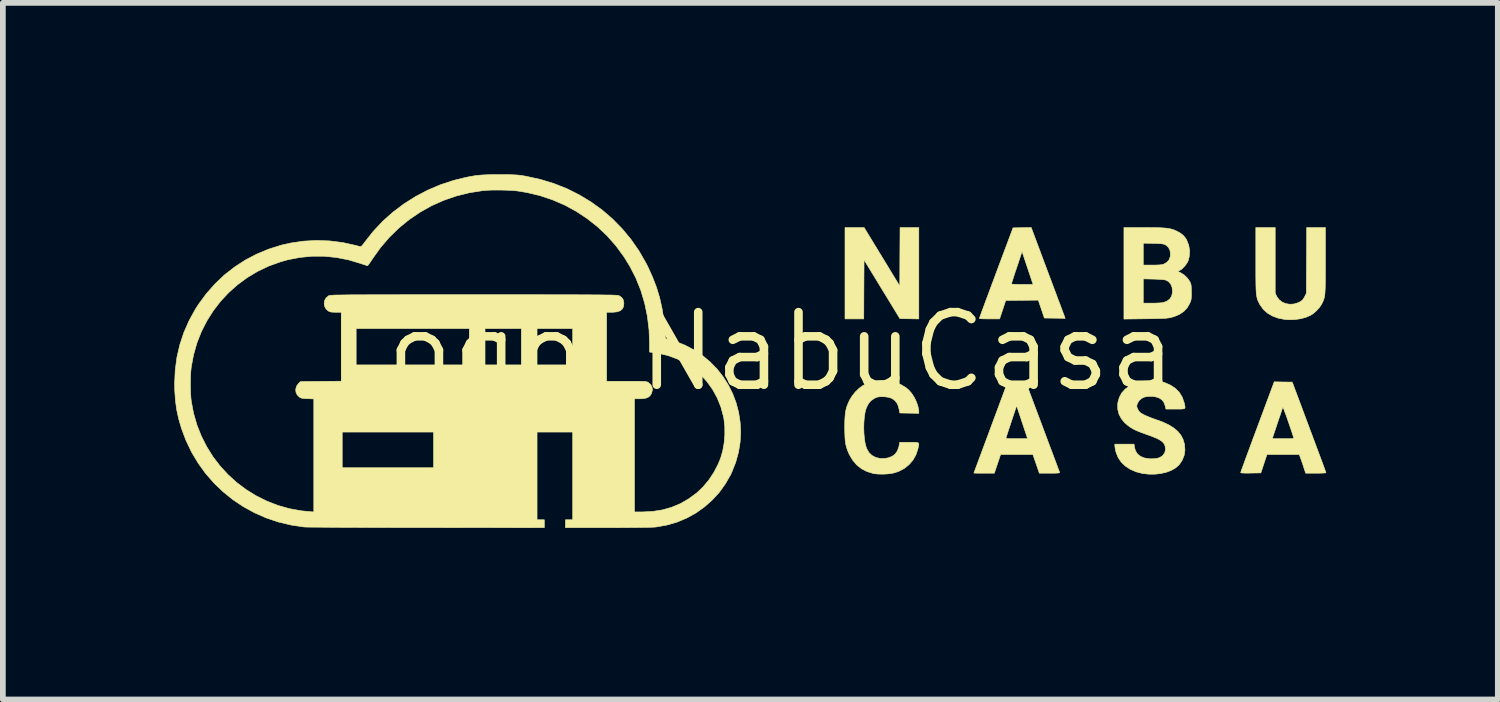
<source format=kicad_pcb>
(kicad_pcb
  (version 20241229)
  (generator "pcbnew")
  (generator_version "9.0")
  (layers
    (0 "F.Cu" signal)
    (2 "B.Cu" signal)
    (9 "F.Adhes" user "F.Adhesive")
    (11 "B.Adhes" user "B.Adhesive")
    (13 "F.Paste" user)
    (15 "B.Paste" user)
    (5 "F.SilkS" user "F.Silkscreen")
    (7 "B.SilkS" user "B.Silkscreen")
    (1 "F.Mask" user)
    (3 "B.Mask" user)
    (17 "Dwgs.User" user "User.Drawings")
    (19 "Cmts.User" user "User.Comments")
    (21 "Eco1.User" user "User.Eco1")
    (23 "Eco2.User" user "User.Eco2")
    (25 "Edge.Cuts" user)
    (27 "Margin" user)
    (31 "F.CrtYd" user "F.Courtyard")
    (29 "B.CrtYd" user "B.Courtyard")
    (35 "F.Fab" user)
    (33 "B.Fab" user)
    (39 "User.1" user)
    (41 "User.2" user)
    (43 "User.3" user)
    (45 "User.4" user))
  (footprint "Logo_NabuCasa"
    (layer "F.Cu")
    (at 10.101 3.1)
    (property "Reference" "Logo_NabuCasa" (at 0 0 0) (layer "F.SilkS") (effects (font (size 1.27 1.27) (thickness 0.15))))
    (attr board_only exclude_from_pos_files exclude_from_bom)
    (fp_poly (pts (xy 2.276 -1.658) (xy 2.588 -1.146) (xy 2.59 -1.658) (xy 2.593 -2.17) (xy 2.921 -2.17) (xy 2.921 -0.571) (xy 2.755 -0.574) (xy 2.59 -0.577) (xy 1.963 -1.605) (xy 1.96 -1.088) (xy 1.958 -0.572) (xy 1.63 -0.572) (xy 1.63 -2.17) (xy 1.964 -2.17) (xy 2.276 -1.658)) (stroke (width 0.01) (type solid)) (fill yes) (layer "F.SilkS"))
    (fp_poly (pts (xy 5.159 -1.442) (xy 5.204 -1.322) (xy 5.248 -1.206) (xy 5.289 -1.096) (xy 5.327 -0.995) (xy 5.361 -0.902) (xy 5.392 -0.822) (xy 5.417 -0.754) (xy 5.437 -0.701) (xy 5.45 -0.665) (xy 5.457 -0.648) (xy 5.481 -0.582) (xy 5.117 -0.587) (xy 5.064 -0.744) (xy 5.011 -0.9) (xy 4.726 -0.897) (xy 4.441 -0.894) (xy 4.388 -0.733) (xy 4.334 -0.572) (xy 4.157 -0.572) (xy 4.098 -0.572) (xy 4.048 -0.573) (xy 4.009 -0.575) (xy 3.985 -0.577) (xy 3.98 -0.579) (xy 3.983 -0.59) (xy 3.994 -0.62) (xy 4.011 -0.666) (xy 4.033 -0.727) (xy 4.061 -0.802) (xy 4.093 -0.89) (xy 4.13 -0.988) (xy 4.17 -1.095) (xy 4.202 -1.183) (xy 4.54 -1.183) (xy 4.55 -1.18) (xy 4.578 -1.178) (xy 4.62 -1.176) (xy 4.674 -1.175) (xy 4.73 -1.175) (xy 4.92 -1.175) (xy 4.823 -1.463) (xy 4.727 -1.751) (xy 4.634 -1.471) (xy 4.609 -1.398) (xy 4.587 -1.331) (xy 4.569 -1.274) (xy 4.554 -1.228) (xy 4.544 -1.197) (xy 4.54 -1.183) (xy 4.54 -1.183) (xy 4.202 -1.183) (xy 4.213 -1.21) (xy 4.258 -1.332) (xy 4.274 -1.376) (xy 4.569 -2.164) (xy 4.728 -2.167) (xy 4.887 -2.17) (xy 5.159 -1.442)) (stroke (width 0.01) (type solid)) (fill yes) (layer "F.SilkS"))
    (fp_poly (pts (xy 5.085 1.315) (xy 5.131 1.438) (xy 5.175 1.556) (xy 5.216 1.666) (xy 5.255 1.768) (xy 5.289 1.86) (xy 5.319 1.94) (xy 5.344 2.007) (xy 5.363 2.059) (xy 5.377 2.094) (xy 5.384 2.112) (xy 5.384 2.114) (xy 5.381 2.119) (xy 5.367 2.123) (xy 5.34 2.125) (xy 5.296 2.127) (xy 5.234 2.127) (xy 5.209 2.127) (xy 5.029 2.127) (xy 4.973 1.963) (xy 4.916 1.799) (xy 4.352 1.799) (xy 4.297 1.963) (xy 4.242 2.127) (xy 4.063 2.127) (xy 4.004 2.127) (xy 3.954 2.127) (xy 3.914 2.126) (xy 3.89 2.125) (xy 3.884 2.125) (xy 3.888 2.115) (xy 3.898 2.086) (xy 3.915 2.041) (xy 3.938 1.98) (xy 3.965 1.906) (xy 3.998 1.819) (xy 4.034 1.721) (xy 4.074 1.614) (xy 4.11 1.516) (xy 4.445 1.516) (xy 4.455 1.519) (xy 4.483 1.521) (xy 4.525 1.523) (xy 4.579 1.524) (xy 4.635 1.524) (xy 4.824 1.524) (xy 4.728 1.236) (xy 4.632 0.947) (xy 4.538 1.228) (xy 4.514 1.301) (xy 4.492 1.367) (xy 4.473 1.425) (xy 4.459 1.47) (xy 4.449 1.501) (xy 4.445 1.516) (xy 4.445 1.516) (xy 4.11 1.516) (xy 4.117 1.499) (xy 4.162 1.377) (xy 4.18 1.328) (xy 4.475 0.534) (xy 4.79 0.529) (xy 5.085 1.315)) (stroke (width 0.01) (type solid)) (fill yes) (layer "F.SilkS"))
    (fp_poly (pts (xy 9.155 -1.02) (xy 9.184 -0.962) (xy 9.223 -0.908) (xy 9.275 -0.867) (xy 9.338 -0.84) (xy 9.407 -0.828) (xy 9.48 -0.832) (xy 9.553 -0.854) (xy 9.577 -0.865) (xy 9.612 -0.885) (xy 9.637 -0.907) (xy 9.657 -0.938) (xy 9.668 -0.957) (xy 9.7 -1.02) (xy 9.706 -2.17) (xy 10.033 -2.17) (xy 10.033 -1.595) (xy 10.033 -1.463) (xy 10.033 -1.351) (xy 10.032 -1.256) (xy 10.031 -1.177) (xy 10.03 -1.111) (xy 10.027 -1.057) (xy 10.024 -1.012) (xy 10.019 -0.976) (xy 10.014 -0.945) (xy 10.006 -0.919) (xy 9.998 -0.895) (xy 9.987 -0.871) (xy 9.975 -0.845) (xy 9.973 -0.84) (xy 9.934 -0.778) (xy 9.881 -0.718) (xy 9.82 -0.665) (xy 9.777 -0.637) (xy 9.699 -0.602) (xy 9.607 -0.576) (xy 9.506 -0.561) (xy 9.402 -0.557) (xy 9.326 -0.562) (xy 9.211 -0.584) (xy 9.109 -0.621) (xy 9.021 -0.672) (xy 8.948 -0.738) (xy 8.89 -0.818) (xy 8.883 -0.831) (xy 8.869 -0.858) (xy 8.857 -0.882) (xy 8.847 -0.907) (xy 8.839 -0.933) (xy 8.833 -0.962) (xy 8.827 -0.998) (xy 8.823 -1.04) (xy 8.82 -1.092) (xy 8.818 -1.155) (xy 8.817 -1.231) (xy 8.816 -1.322) (xy 8.816 -1.43) (xy 8.816 -1.557) (xy 8.816 -1.597) (xy 8.816 -2.17) (xy 9.155 -2.17) (xy 9.155 -1.02)) (stroke (width 0.01) (type solid)) (fill yes) (layer "F.SilkS"))
    (fp_poly (pts (xy 9.296 0.532) (xy 9.453 0.534) (xy 9.748 1.323) (xy 9.794 1.446) (xy 9.838 1.564) (xy 9.879 1.674) (xy 9.917 1.776) (xy 9.951 1.867) (xy 9.981 1.947) (xy 10.005 2.013) (xy 10.024 2.065) (xy 10.037 2.1) (xy 10.043 2.118) (xy 10.043 2.119) (xy 10.034 2.122) (xy 10.006 2.124) (xy 9.964 2.126) (xy 9.911 2.127) (xy 9.866 2.127) (xy 9.688 2.127) (xy 9.663 2.051) (xy 9.647 2.002) (xy 9.628 1.944) (xy 9.609 1.891) (xy 9.607 1.886) (xy 9.576 1.799) (xy 9.011 1.799) (xy 8.904 2.122) (xy 8.728 2.125) (xy 8.656 2.126) (xy 8.605 2.125) (xy 8.571 2.123) (xy 8.554 2.119) (xy 8.551 2.116) (xy 8.555 2.104) (xy 8.565 2.074) (xy 8.582 2.028) (xy 8.605 1.966) (xy 8.632 1.89) (xy 8.665 1.802) (xy 8.701 1.704) (xy 8.741 1.596) (xy 8.767 1.524) (xy 9.103 1.524) (xy 9.294 1.524) (xy 9.361 1.524) (xy 9.411 1.523) (xy 9.444 1.522) (xy 9.465 1.52) (xy 9.476 1.516) (xy 9.479 1.511) (xy 9.478 1.505) (xy 9.453 1.428) (xy 9.427 1.35) (xy 9.401 1.273) (xy 9.375 1.199) (xy 9.352 1.132) (xy 9.33 1.074) (xy 9.313 1.026) (xy 9.299 0.993) (xy 9.29 0.975) (xy 9.288 0.974) (xy 9.283 0.988) (xy 9.272 1.019) (xy 9.257 1.065) (xy 9.238 1.122) (xy 9.215 1.188) (xy 9.192 1.257) (xy 9.103 1.524) (xy 8.767 1.524) (xy 8.784 1.48) (xy 8.829 1.359) (xy 8.845 1.316) (xy 9.138 0.529) (xy 9.296 0.532)) (stroke (width 0.01) (type solid)) (fill yes) (layer "F.SilkS"))
    (fp_poly (pts (xy 2.409 0.517) (xy 2.514 0.541) (xy 2.612 0.58) (xy 2.698 0.632) (xy 2.749 0.676) (xy 2.797 0.732) (xy 2.841 0.8) (xy 2.877 0.874) (xy 2.904 0.949) (xy 2.919 1.018) (xy 2.921 1.05) (xy 2.921 1.08) (xy 2.755 1.077) (xy 2.589 1.074) (xy 2.576 1.009) (xy 2.561 0.95) (xy 2.541 0.905) (xy 2.513 0.868) (xy 2.493 0.849) (xy 2.45 0.819) (xy 2.399 0.801) (xy 2.335 0.791) (xy 2.281 0.789) (xy 2.234 0.79) (xy 2.201 0.795) (xy 2.172 0.804) (xy 2.139 0.821) (xy 2.082 0.861) (xy 2.037 0.916) (xy 2.002 0.987) (xy 2.001 0.99) (xy 1.982 1.057) (xy 1.969 1.139) (xy 1.961 1.231) (xy 1.958 1.328) (xy 1.961 1.426) (xy 1.969 1.519) (xy 1.982 1.604) (xy 2.001 1.675) (xy 2.011 1.701) (xy 2.049 1.767) (xy 2.102 1.817) (xy 2.166 1.851) (xy 2.241 1.869) (xy 2.324 1.869) (xy 2.384 1.859) (xy 2.453 1.833) (xy 2.507 1.793) (xy 2.546 1.738) (xy 2.572 1.667) (xy 2.575 1.651) (xy 2.587 1.587) (xy 2.754 1.587) (xy 2.82 1.587) (xy 2.867 1.588) (xy 2.898 1.592) (xy 2.915 1.601) (xy 2.921 1.616) (xy 2.919 1.64) (xy 2.911 1.675) (xy 2.905 1.703) (xy 2.87 1.807) (xy 2.818 1.899) (xy 2.749 1.978) (xy 2.667 2.044) (xy 2.57 2.095) (xy 2.492 2.121) (xy 2.432 2.133) (xy 2.359 2.141) (xy 2.282 2.144) (xy 2.207 2.142) (xy 2.143 2.136) (xy 2.124 2.132) (xy 2.013 2.098) (xy 1.917 2.048) (xy 1.834 1.982) (xy 1.764 1.899) (xy 1.705 1.799) (xy 1.699 1.785) (xy 1.675 1.73) (xy 1.657 1.677) (xy 1.643 1.622) (xy 1.634 1.563) (xy 1.629 1.493) (xy 1.626 1.41) (xy 1.625 1.318) (xy 1.626 1.222) (xy 1.63 1.144) (xy 1.636 1.078) (xy 1.646 1.021) (xy 1.66 0.968) (xy 1.68 0.916) (xy 1.706 0.859) (xy 1.711 0.847) (xy 1.755 0.776) (xy 1.811 0.706) (xy 1.876 0.643) (xy 1.944 0.593) (xy 1.982 0.573) (xy 2.083 0.535) (xy 2.19 0.513) (xy 2.3 0.507) (xy 2.409 0.517)) (stroke (width 0.01) (type solid)) (fill yes) (layer "F.SilkS"))
    (fp_poly (pts (xy 6.972 -2.169) (xy 7.066 -2.168) (xy 7.145 -2.166) (xy 7.21 -2.162) (xy 7.264 -2.157) (xy 7.309 -2.15) (xy 7.349 -2.14) (xy 7.385 -2.128) (xy 7.42 -2.113) (xy 7.435 -2.106) (xy 7.501 -2.069) (xy 7.55 -2.029) (xy 7.589 -1.981) (xy 7.607 -1.951) (xy 7.642 -1.862) (xy 7.658 -1.768) (xy 7.653 -1.671) (xy 7.635 -1.595) (xy 7.616 -1.556) (xy 7.586 -1.512) (xy 7.55 -1.471) (xy 7.513 -1.437) (xy 7.482 -1.418) (xy 7.449 -1.404) (xy 7.501 -1.379) (xy 7.561 -1.341) (xy 7.616 -1.289) (xy 7.658 -1.23) (xy 7.665 -1.218) (xy 7.675 -1.195) (xy 7.682 -1.171) (xy 7.686 -1.143) (xy 7.688 -1.104) (xy 7.689 -1.05) (xy 7.689 -1.037) (xy 7.689 -0.981) (xy 7.687 -0.941) (xy 7.684 -0.911) (xy 7.677 -0.885) (xy 7.667 -0.859) (xy 7.655 -0.834) (xy 7.612 -0.761) (xy 7.555 -0.702) (xy 7.485 -0.654) (xy 7.397 -0.616) (xy 7.348 -0.601) (xy 7.325 -0.595) (xy 7.301 -0.59) (xy 7.274 -0.587) (xy 7.242 -0.583) (xy 7.202 -0.581) (xy 7.152 -0.579) (xy 7.089 -0.577) (xy 7.011 -0.576) (xy 6.914 -0.574) (xy 6.887 -0.574) (xy 6.509 -0.569) (xy 6.509 -0.847) (xy 6.847 -0.847) (xy 6.998 -0.847) (xy 7.057 -0.848) (xy 7.113 -0.85) (xy 7.16 -0.853) (xy 7.192 -0.857) (xy 7.197 -0.858) (xy 7.261 -0.882) (xy 7.31 -0.919) (xy 7.343 -0.968) (xy 7.357 -1.03) (xy 7.358 -1.053) (xy 7.351 -1.124) (xy 7.327 -1.182) (xy 7.288 -1.225) (xy 7.244 -1.25) (xy 7.221 -1.255) (xy 7.181 -1.26) (xy 7.126 -1.264) (xy 7.059 -1.267) (xy 7.03 -1.268) (xy 6.847 -1.272) (xy 6.847 -0.847) (xy 6.509 -0.847) (xy 6.509 -1.513) (xy 6.847 -1.513) (xy 7.007 -1.513) (xy 7.077 -1.514) (xy 7.129 -1.516) (xy 7.167 -1.52) (xy 7.195 -1.526) (xy 7.205 -1.53) (xy 7.261 -1.562) (xy 7.299 -1.606) (xy 7.319 -1.661) (xy 7.323 -1.706) (xy 7.315 -1.768) (xy 7.29 -1.82) (xy 7.25 -1.859) (xy 7.234 -1.868) (xy 7.214 -1.876) (xy 7.192 -1.882) (xy 7.163 -1.887) (xy 7.123 -1.889) (xy 7.068 -1.892) (xy 7.019 -1.893) (xy 6.847 -1.896) (xy 6.847 -1.513) (xy 6.509 -1.513) (xy 6.509 -2.17) (xy 6.858 -2.17) (xy 6.972 -2.169)) (stroke (width 0.01) (type solid)) (fill yes) (layer "F.SilkS"))
    (fp_poly (pts (xy 7.043 0.514) (xy 7.09 0.516) (xy 7.127 0.518) (xy 7.157 0.523) (xy 7.187 0.531) (xy 7.222 0.543) (xy 7.223 0.543) (xy 7.325 0.588) (xy 7.41 0.645) (xy 7.478 0.714) (xy 7.528 0.796) (xy 7.561 0.89) (xy 7.566 0.908) (xy 7.574 0.944) (xy 7.578 0.97) (xy 7.576 0.987) (xy 7.565 0.998) (xy 7.542 1.003) (xy 7.505 1.005) (xy 7.45 1.005) (xy 7.411 1.005) (xy 7.244 1.005) (xy 7.231 0.952) (xy 7.21 0.892) (xy 7.177 0.847) (xy 7.129 0.814) (xy 7.118 0.809) (xy 7.065 0.792) (xy 7.001 0.783) (xy 6.934 0.784) (xy 6.873 0.794) (xy 6.866 0.796) (xy 6.815 0.821) (xy 6.772 0.86) (xy 6.744 0.909) (xy 6.741 0.918) (xy 6.734 0.946) (xy 6.735 0.968) (xy 6.745 0.994) (xy 6.753 1.012) (xy 6.77 1.041) (xy 6.79 1.063) (xy 6.818 1.083) (xy 6.853 1.103) (xy 6.893 1.122) (xy 6.946 1.144) (xy 7.005 1.167) (xy 7.059 1.186) (xy 7.186 1.232) (xy 7.293 1.282) (xy 7.381 1.337) (xy 7.451 1.396) (xy 7.505 1.462) (xy 7.543 1.535) (xy 7.567 1.616) (xy 7.569 1.628) (xy 7.576 1.724) (xy 7.562 1.816) (xy 7.528 1.901) (xy 7.475 1.979) (xy 7.471 1.983) (xy 7.412 2.035) (xy 7.337 2.078) (xy 7.25 2.111) (xy 7.152 2.133) (xy 7.048 2.145) (xy 6.94 2.144) (xy 6.834 2.132) (xy 6.721 2.103) (xy 6.62 2.059) (xy 6.534 2.003) (xy 6.462 1.934) (xy 6.408 1.854) (xy 6.371 1.763) (xy 6.362 1.727) (xy 6.355 1.69) (xy 6.351 1.658) (xy 6.35 1.645) (xy 6.35 1.619) (xy 6.686 1.619) (xy 6.692 1.668) (xy 6.711 1.736) (xy 6.746 1.791) (xy 6.797 1.832) (xy 6.864 1.86) (xy 6.947 1.874) (xy 6.99 1.876) (xy 7.065 1.872) (xy 7.124 1.858) (xy 7.17 1.833) (xy 7.19 1.815) (xy 7.223 1.769) (xy 7.236 1.715) (xy 7.229 1.654) (xy 7.229 1.654) (xy 7.217 1.621) (xy 7.196 1.592) (xy 7.166 1.565) (xy 7.124 1.538) (xy 7.067 1.511) (xy 6.994 1.481) (xy 6.904 1.449) (xy 6.823 1.42) (xy 6.757 1.394) (xy 6.703 1.37) (xy 6.657 1.346) (xy 6.614 1.319) (xy 6.606 1.314) (xy 6.526 1.249) (xy 6.465 1.176) (xy 6.423 1.097) (xy 6.401 1.011) (xy 6.4 0.92) (xy 6.403 0.891) (xy 6.428 0.802) (xy 6.47 0.724) (xy 6.531 0.656) (xy 6.609 0.599) (xy 6.706 0.554) (xy 6.736 0.543) (xy 6.772 0.531) (xy 6.803 0.524) (xy 6.836 0.519) (xy 6.874 0.516) (xy 6.925 0.514) (xy 6.98 0.514) (xy 7.043 0.514)) (stroke (width 0.01) (type solid)) (fill yes) (layer "F.SilkS"))
    (fp_poly (pts (xy -4.323 -3.095) (xy -4.25 -3.095) (xy -4.191 -3.093) (xy -4.142 -3.091) (xy -4.098 -3.088) (xy -4.058 -3.084) (xy -4.016 -3.078) (xy -3.968 -3.07) (xy -3.946 -3.066) (xy -3.7 -3.012) (xy -3.463 -2.94) (xy -3.235 -2.85) (xy -3.018 -2.741) (xy -2.811 -2.616) (xy -2.616 -2.475) (xy -2.434 -2.318) (xy -2.266 -2.146) (xy -2.112 -1.96) (xy -1.973 -1.76) (xy -1.851 -1.547) (xy -1.82 -1.487) (xy -1.737 -1.304) (xy -1.668 -1.125) (xy -1.613 -0.944) (xy -1.571 -0.757) (xy -1.54 -0.561) (xy -1.52 -0.35) (xy -1.518 -0.325) (xy -1.515 -0.278) (xy -1.511 -0.247) (xy -1.506 -0.23) (xy -1.499 -0.223) (xy -1.492 -0.222) (xy -1.474 -0.219) (xy -1.442 -0.21) (xy -1.398 -0.197) (xy -1.348 -0.182) (xy -1.344 -0.18) (xy -1.171 -0.113) (xy -1.011 -0.029) (xy -0.863 0.069) (xy -0.728 0.182) (xy -0.607 0.306) (xy -0.501 0.442) (xy -0.409 0.588) (xy -0.333 0.741) (xy -0.273 0.902) (xy -0.23 1.068) (xy -0.204 1.239) (xy -0.195 1.412) (xy -0.205 1.587) (xy -0.234 1.763) (xy -0.282 1.937) (xy -0.35 2.108) (xy -0.371 2.154) (xy -0.463 2.314) (xy -0.57 2.463) (xy -0.693 2.597) (xy -0.829 2.717) (xy -0.976 2.822) (xy -1.135 2.91) (xy -1.303 2.981) (xy -1.479 3.033) (xy -1.661 3.066) (xy -1.685 3.069) (xy -1.716 3.071) (xy -1.767 3.073) (xy -1.836 3.075) (xy -1.922 3.076) (xy -2.023 3.077) (xy -2.137 3.078) (xy -2.264 3.079) (xy -2.402 3.08) (xy -2.524 3.08) (xy -3.26 3.08) (xy -3.26 2.942) (xy -3.133 2.942) (xy -3.133 1.408) (xy -3.757 1.408) (xy -3.757 2.942) (xy -3.63 2.942) (xy -3.63 3.08) (xy -5.686 3.078) (xy -5.894 3.078) (xy -6.098 3.078) (xy -6.295 3.078) (xy -6.486 3.077) (xy -6.668 3.077) (xy -6.841 3.076) (xy -7.004 3.075) (xy -7.156 3.075) (xy -7.295 3.074) (xy -7.421 3.073) (xy -7.532 3.072) (xy -7.627 3.071) (xy -7.706 3.071) (xy -7.767 3.07) (xy -7.808 3.069) (xy -7.83 3.068) (xy -7.832 3.068) (xy -8.06 3.034) (xy -8.282 2.981) (xy -8.496 2.909) (xy -8.7 2.819) (xy -8.895 2.712) (xy -9.079 2.589) (xy -9.251 2.45) (xy -9.41 2.297) (xy -9.556 2.13) (xy -9.686 1.949) (xy -9.801 1.756) (xy -9.899 1.551) (xy -9.975 1.349) (xy -10.023 1.186) (xy -10.059 1.024) (xy -10.082 0.859) (xy -10.094 0.685) (xy -10.097 0.557) (xy -10.095 0.529) (xy -9.821 0.529) (xy -9.82 0.63) (xy -9.817 0.728) (xy -9.811 0.816) (xy -9.805 0.87) (xy -9.765 1.081) (xy -9.706 1.285) (xy -9.629 1.479) (xy -9.535 1.664) (xy -9.426 1.839) (xy -9.301 2.002) (xy -9.162 2.153) (xy -9.01 2.291) (xy -8.846 2.414) (xy -8.672 2.522) (xy -8.487 2.614) (xy -8.293 2.69) (xy -8.092 2.747) (xy -7.883 2.785) (xy -7.697 2.803) (xy -7.662 2.805) (xy -7.662 1.408) (xy -7.165 1.408) (xy -7.165 2.032) (xy -5.567 2.032) (xy -5.567 1.408) (xy -7.165 1.408) (xy -7.662 1.408) (xy -7.662 0.828) (xy -7.771 0.824) (xy -7.823 0.821) (xy -7.859 0.818) (xy -7.884 0.812) (xy -7.904 0.802) (xy -7.915 0.795) (xy -7.954 0.755) (xy -7.975 0.708) (xy -7.978 0.658) (xy -7.964 0.606) (xy -7.931 0.559) (xy -7.922 0.55) (xy -7.893 0.524) (xy -7.534 0.521) (xy -7.176 0.518) (xy -7.176 -0.402) (xy -6.921 -0.402) (xy -6.921 0.233) (xy -4.942 0.233) (xy -4.942 -0.402) (xy -4.667 -0.402) (xy -4.667 0.233) (xy -4.032 0.233) (xy -4.032 -0.402) (xy -3.757 -0.402) (xy -3.757 0.233) (xy -3.133 0.233) (xy -3.133 -0.402) (xy -3.757 -0.402) (xy -4.032 -0.402) (xy -4.667 -0.402) (xy -4.942 -0.402) (xy -6.921 -0.402) (xy -7.176 -0.402) (xy -7.176 -0.688) (xy -7.273 -0.688) (xy -7.325 -0.689) (xy -7.36 -0.692) (xy -7.386 -0.699) (xy -7.406 -0.709) (xy -7.448 -0.745) (xy -7.473 -0.791) (xy -7.481 -0.84) (xy -7.474 -0.89) (xy -7.449 -0.936) (xy -7.408 -0.972) (xy -7.406 -0.974) (xy -7.402 -0.976) (xy -7.397 -0.978) (xy -7.391 -0.98) (xy -7.382 -0.982) (xy -7.371 -0.983) (xy -7.355 -0.985) (xy -7.335 -0.986) (xy -7.309 -0.988) (xy -7.276 -0.989) (xy -7.237 -0.99) (xy -7.19 -0.99) (xy -7.133 -0.991) (xy -7.068 -0.992) (xy -6.992 -0.993) (xy -6.904 -0.993) (xy -6.805 -0.993) (xy -6.693 -0.994) (xy -6.567 -0.994) (xy -6.427 -0.994) (xy -6.272 -0.994) (xy -6.101 -0.995) (xy -5.913 -0.995) (xy -5.707 -0.995) (xy -5.483 -0.995) (xy -5.239 -0.995) (xy -4.976 -0.995) (xy -4.863 -0.995) (xy -4.591 -0.995) (xy -4.339 -0.995) (xy -4.106 -0.995) (xy -3.892 -0.995) (xy -3.697 -0.995) (xy -3.518 -0.994) (xy -3.356 -0.994) (xy -3.209 -0.994) (xy -3.077 -0.994) (xy -2.959 -0.993) (xy -2.855 -0.993) (xy -2.762 -0.992) (xy -2.681 -0.992) (xy -2.611 -0.991) (xy -2.551 -0.99) (xy -2.5 -0.99) (xy -2.457 -0.989) (xy -2.422 -0.988) (xy -2.393 -0.986) (xy -2.371 -0.985) (xy -2.353 -0.984) (xy -2.34 -0.982) (xy -2.331 -0.98) (xy -2.324 -0.979) (xy -2.319 -0.977) (xy -2.319 -0.976) (xy -2.275 -0.945) (xy -2.248 -0.904) (xy -2.239 -0.851) (xy -2.238 -0.841) (xy -2.245 -0.786) (xy -2.267 -0.744) (xy -2.303 -0.714) (xy -2.356 -0.696) (xy -2.427 -0.688) (xy -2.447 -0.688) (xy -2.54 -0.688) (xy -2.54 0.519) (xy -2.193 0.519) (xy -2.098 0.519) (xy -2.022 0.519) (xy -1.962 0.52) (xy -1.916 0.521) (xy -1.881 0.522) (xy -1.857 0.525) (xy -1.839 0.528) (xy -1.826 0.532) (xy -1.815 0.538) (xy -1.813 0.539) (xy -1.769 0.577) (xy -1.745 0.623) (xy -1.739 0.674) (xy -1.754 0.729) (xy -1.756 0.734) (xy -1.781 0.773) (xy -1.815 0.8) (xy -1.861 0.817) (xy -1.921 0.824) (xy -1.961 0.826) (xy -2.053 0.826) (xy -2.053 2.805) (xy -1.914 2.805) (xy -1.733 2.796) (xy -1.563 2.769) (xy -1.403 2.724) (xy -1.25 2.66) (xy -1.105 2.576) (xy -0.966 2.474) (xy -0.961 2.47) (xy -0.852 2.366) (xy -0.751 2.245) (xy -0.663 2.112) (xy -0.589 1.97) (xy -0.546 1.865) (xy -0.509 1.737) (xy -0.484 1.598) (xy -0.472 1.454) (xy -0.473 1.312) (xy -0.488 1.178) (xy -0.496 1.135) (xy -0.542 0.967) (xy -0.606 0.808) (xy -0.687 0.661) (xy -0.784 0.526) (xy -0.895 0.404) (xy -1.02 0.297) (xy -1.157 0.205) (xy -1.305 0.129) (xy -1.464 0.07) (xy -1.632 0.03) (xy -1.692 0.021) (xy -1.789 0.008) (xy -1.789 -0.131) (xy -1.798 -0.38) (xy -1.827 -0.619) (xy -1.875 -0.849) (xy -1.942 -1.072) (xy -2.028 -1.286) (xy -2.134 -1.493) (xy -2.237 -1.66) (xy -2.376 -1.849) (xy -2.53 -2.024) (xy -2.698 -2.183) (xy -2.879 -2.326) (xy -3.071 -2.453) (xy -3.274 -2.563) (xy -3.487 -2.655) (xy -3.708 -2.729) (xy -3.937 -2.783) (xy -4.101 -2.81) (xy -4.175 -2.817) (xy -4.264 -2.822) (xy -4.361 -2.825) (xy -4.461 -2.826) (xy -4.557 -2.825) (xy -4.644 -2.821) (xy -4.71 -2.815) (xy -4.944 -2.778) (xy -5.172 -2.721) (xy -5.392 -2.645) (xy -5.603 -2.551) (xy -5.804 -2.438) (xy -5.995 -2.308) (xy -6.174 -2.162) (xy -6.341 -1.999) (xy -6.494 -1.821) (xy -6.633 -1.627) (xy -6.647 -1.605) (xy -6.674 -1.565) (xy -6.697 -1.532) (xy -6.714 -1.51) (xy -6.722 -1.503) (xy -6.736 -1.506) (xy -6.764 -1.515) (xy -6.804 -1.528) (xy -6.839 -1.54) (xy -7.052 -1.604) (xy -7.266 -1.646) (xy -7.48 -1.668) (xy -7.693 -1.668) (xy -7.906 -1.647) (xy -8.118 -1.606) (xy -8.244 -1.57) (xy -8.448 -1.497) (xy -8.642 -1.405) (xy -8.824 -1.296) (xy -8.993 -1.172) (xy -9.15 -1.033) (xy -9.293 -0.88) (xy -9.42 -0.715) (xy -9.532 -0.538) (xy -9.628 -0.35) (xy -9.706 -0.152) (xy -9.765 0.055) (xy -9.805 0.267) (xy -9.813 0.341) (xy -9.818 0.431) (xy -9.821 0.529) (xy -10.095 0.529) (xy -10.086 0.325) (xy -10.056 0.099) (xy -10.005 -0.121) (xy -9.934 -0.335) (xy -9.843 -0.542) (xy -9.732 -0.743) (xy -9.679 -0.826) (xy -9.542 -1.012) (xy -9.391 -1.183) (xy -9.227 -1.339) (xy -9.049 -1.478) (xy -8.86 -1.601) (xy -8.659 -1.706) (xy -8.449 -1.793) (xy -8.23 -1.862) (xy -8.066 -1.899) (xy -7.841 -1.932) (xy -7.614 -1.944) (xy -7.385 -1.936) (xy -7.156 -1.907) (xy -6.928 -1.857) (xy -6.853 -1.836) (xy -6.841 -1.836) (xy -6.826 -1.846) (xy -6.807 -1.867) (xy -6.78 -1.902) (xy -6.768 -1.918) (xy -6.621 -2.104) (xy -6.458 -2.278) (xy -6.28 -2.437) (xy -6.089 -2.581) (xy -5.886 -2.71) (xy -5.673 -2.822) (xy -5.451 -2.917) (xy -5.221 -2.993) (xy -5.027 -3.041) (xy -4.952 -3.057) (xy -4.886 -3.069) (xy -4.825 -3.079) (xy -4.765 -3.085) (xy -4.702 -3.09) (xy -4.631 -3.093) (xy -4.549 -3.095) (xy -4.452 -3.095) (xy -4.413 -3.095) (xy -4.323 -3.095)) (stroke (width 0.01) (type solid)) (fill yes) (layer "F.SilkS")))
  (gr_rect
    (start -3 -3)
    (end 23.15 9.185)
    (stroke (width 0.1) (type default))
    (fill no)
    (layer "Edge.Cuts")))
</source>
